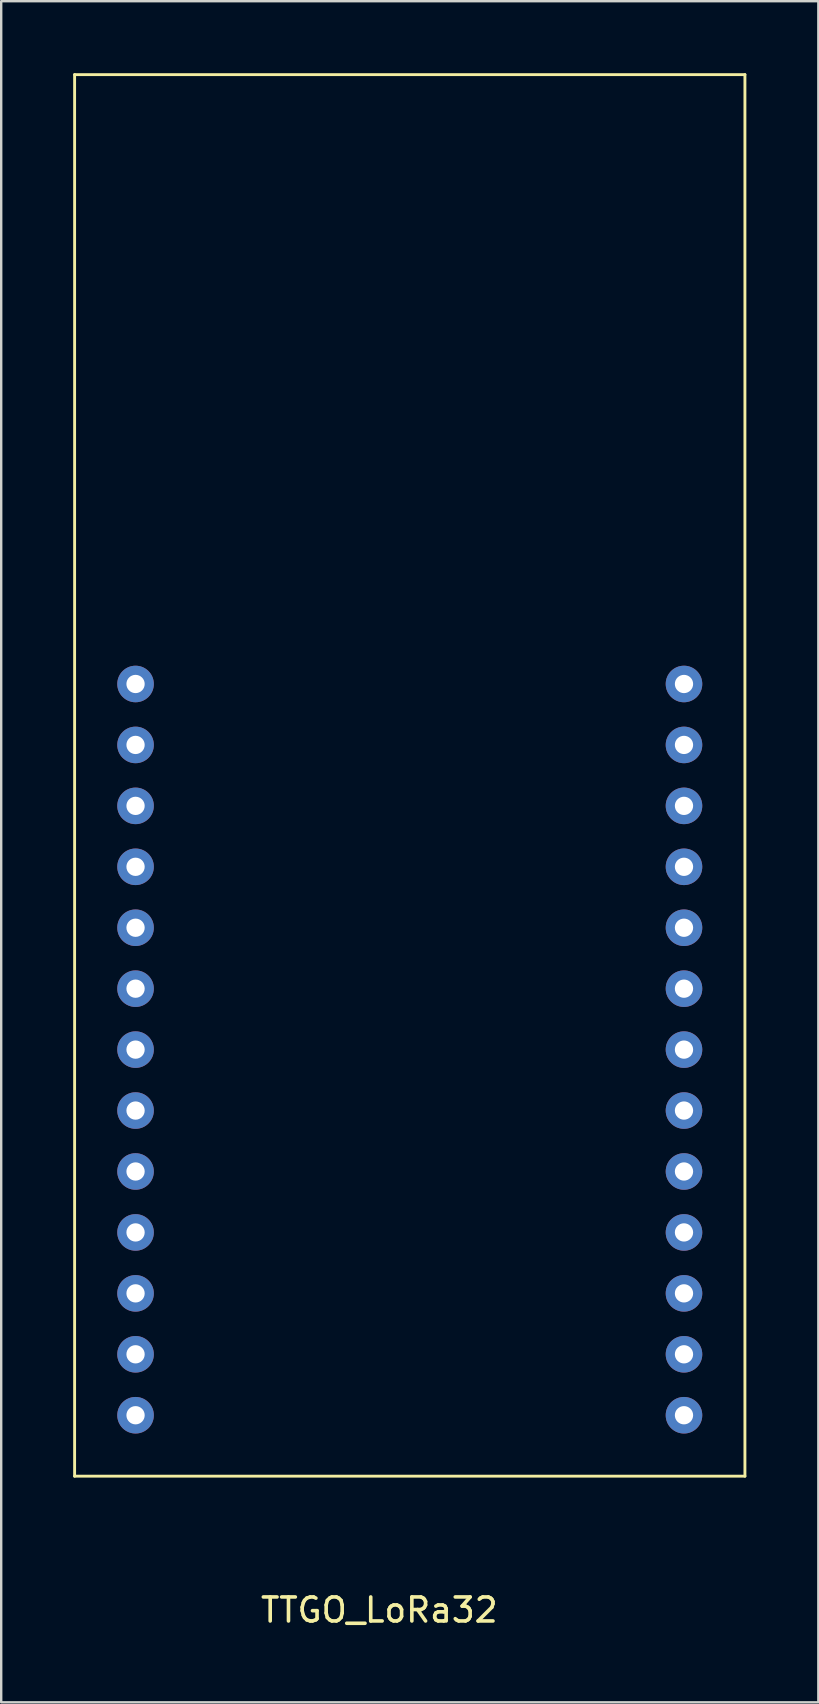
<source format=kicad_pcb>
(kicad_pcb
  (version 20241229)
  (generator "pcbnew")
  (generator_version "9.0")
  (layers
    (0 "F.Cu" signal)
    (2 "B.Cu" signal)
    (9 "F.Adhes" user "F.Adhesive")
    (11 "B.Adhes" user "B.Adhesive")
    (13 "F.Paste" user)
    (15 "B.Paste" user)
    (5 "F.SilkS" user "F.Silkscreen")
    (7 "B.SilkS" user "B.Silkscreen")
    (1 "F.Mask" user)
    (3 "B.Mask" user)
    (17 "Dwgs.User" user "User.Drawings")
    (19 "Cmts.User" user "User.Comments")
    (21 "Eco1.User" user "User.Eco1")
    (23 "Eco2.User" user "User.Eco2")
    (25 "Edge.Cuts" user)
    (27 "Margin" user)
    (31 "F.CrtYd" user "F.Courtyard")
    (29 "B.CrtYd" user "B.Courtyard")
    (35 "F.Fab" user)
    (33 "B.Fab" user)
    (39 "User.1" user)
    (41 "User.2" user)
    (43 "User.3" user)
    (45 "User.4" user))
  (footprint "TTGO_LoRa32"
    (layer "F.Cu")
    (at 12.76 63.56)
    (property "Reference" "TTGO_LoRa32" (at 0 0.5 0) (layer "F.SilkS") (effects (font (size 1 1) (thickness 0.15))))
    (attr through_hole)
    (fp_line (start -12.7 -63.5) (end -12.7 -5.08) (stroke (width 0.12) (type solid)) (layer "F.SilkS"))
    (fp_line (start -12.7 -5.08) (end 15.24 -5.08) (stroke (width 0.12) (type solid)) (layer "F.SilkS"))
    (fp_line (start 15.24 -63.5) (end -12.7 -63.5) (stroke (width 0.12) (type solid)) (layer "F.SilkS"))
    (fp_line (start 15.24 -5.08) (end 15.24 -63.5) (stroke (width 0.12) (type solid)) (layer "F.SilkS"))
    (pad "1" thru_hole circle (at -10.16 -7.62) (size 1.524 1.524) (drill 0.762) (layers "*.Cu" "*.Mask"))
    (pad "2" thru_hole circle (at -10.16 -10.16) (size 1.524 1.524) (drill 0.762) (layers "*.Cu" "*.Mask"))
    (pad "3" thru_hole circle (at -10.16 -12.7) (size 1.524 1.524) (drill 0.762) (layers "*.Cu" "*.Mask"))
    (pad "4" thru_hole circle (at -10.16 -15.24) (size 1.524 1.524) (drill 0.762) (layers "*.Cu" "*.Mask"))
    (pad "5" thru_hole circle (at -10.16 -17.78) (size 1.524 1.524) (drill 0.762) (layers "*.Cu" "*.Mask"))
    (pad "7" thru_hole circle (at -10.16 -20.32) (size 1.524 1.524) (drill 0.762) (layers "*.Cu" "*.Mask"))
    (pad "8" thru_hole circle (at -10.16 -22.86) (size 1.524 1.524) (drill 0.762) (layers "*.Cu" "*.Mask"))
    (pad "9" thru_hole circle (at -10.16 -25.4) (size 1.524 1.524) (drill 0.762) (layers "*.Cu" "*.Mask"))
    (pad "10" thru_hole circle (at -10.16 -27.94) (size 1.524 1.524) (drill 0.762) (layers "*.Cu" "*.Mask"))
    (pad "11" thru_hole circle (at -10.16 -30.48) (size 1.524 1.524) (drill 0.762) (layers "*.Cu" "*.Mask"))
    (pad "12" thru_hole circle (at -10.16 -33.02) (size 1.524 1.524) (drill 0.762) (layers "*.Cu" "*.Mask"))
    (pad "13" thru_hole circle (at -10.16 -35.56) (size 1.524 1.524) (drill 0.762) (layers "*.Cu" "*.Mask"))
    (pad "14" thru_hole circle (at -10.16 -38.1) (size 1.524 1.524) (drill 0.762) (layers "*.Cu" "*.Mask"))
    (pad "15" thru_hole circle (at 12.7 -7.62) (size 1.524 1.524) (drill 0.762) (layers "*.Cu" "*.Mask"))
    (pad "16" thru_hole circle (at 12.7 -10.16) (size 1.524 1.524) (drill 0.762) (layers "*.Cu" "*.Mask"))
    (pad "17" thru_hole circle (at 12.7 -12.7) (size 1.524 1.524) (drill 0.762) (layers "*.Cu" "*.Mask"))
    (pad "18" thru_hole circle (at 12.7 -15.24) (size 1.524 1.524) (drill 0.762) (layers "*.Cu" "*.Mask"))
    (pad "19" thru_hole circle (at 12.7 -17.78) (size 1.524 1.524) (drill 0.762) (layers "*.Cu" "*.Mask"))
    (pad "20" thru_hole circle (at 12.7 -20.32) (size 1.524 1.524) (drill 0.762) (layers "*.Cu" "*.Mask"))
    (pad "21" thru_hole circle (at 12.7 -22.86) (size 1.524 1.524) (drill 0.762) (layers "*.Cu" "*.Mask"))
    (pad "22" thru_hole circle (at 12.7 -25.4) (size 1.524 1.524) (drill 0.762) (layers "*.Cu" "*.Mask"))
    (pad "23" thru_hole circle (at 12.7 -27.94) (size 1.524 1.524) (drill 0.762) (layers "*.Cu" "*.Mask"))
    (pad "24" thru_hole circle (at 12.7 -30.48) (size 1.524 1.524) (drill 0.762) (layers "*.Cu" "*.Mask"))
    (pad "25" thru_hole circle (at 12.7 -33.02) (size 1.524 1.524) (drill 0.762) (layers "*.Cu" "*.Mask"))
    (pad "26" thru_hole circle (at 12.7 -35.56) (size 1.524 1.524) (drill 0.762) (layers "*.Cu" "*.Mask"))
    (pad "28" thru_hole circle (at 12.7 -38.1) (size 1.524 1.524) (drill 0.762) (layers "*.Cu" "*.Mask")))
  (gr_rect
    (start -3 -3)
    (end 31.06 67.908)
    (stroke (width 0.1) (type default))
    (fill no)
    (layer "Edge.Cuts")))
</source>
